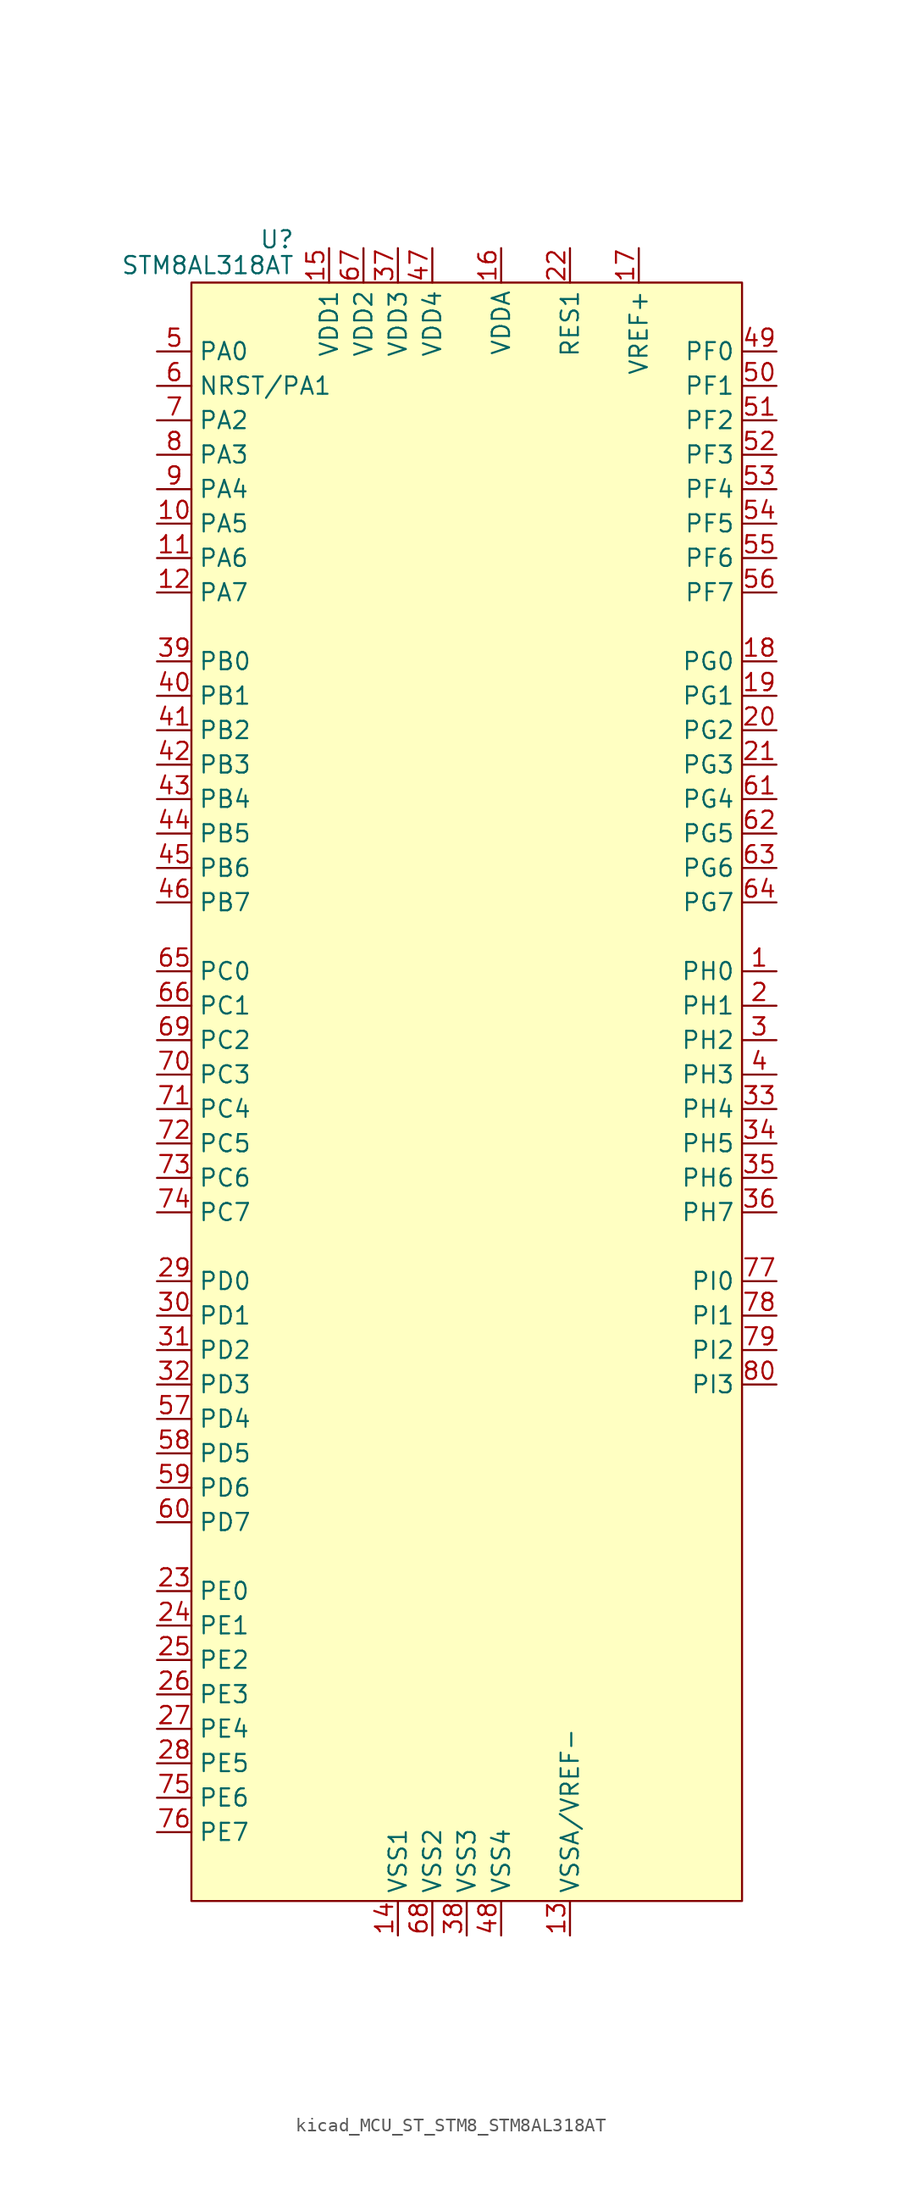
<source format=kicad_sym>
(kicad_symbol_lib
  (version 20220914)
  (generator kicad_symbol_editor)
  (symbol "kicad_MCU_ST_STM8_STM8AL318AT"
    (property "Reference" "U"
      (at -12.7 61.595 0)
      (effects (font (size 1.27 1.27)) (justify right)))
    (property "Value" "STM8AL318AT"
      (at -12.7 59.69 0)
      (effects (font (size 1.27 1.27)) (justify right)))
    (symbol "kicad_MCU_ST_STM8_STM8AL318AT_0_0"
      (pin bidirectional line (at 22.86 7.62 180) (length 2.54) (name "PH0" (effects (font (size 1.27 1.27)))) (number "1" (effects (font (size 1.27 1.27)))))
      (pin bidirectional line (at -22.86 40.64 0) (length 2.54) (name "PA5" (effects (font (size 1.27 1.27)))) (number "10" (effects (font (size 1.27 1.27)))))
      (pin bidirectional line (at -22.86 38.1 0) (length 2.54) (name "PA6" (effects (font (size 1.27 1.27)))) (number "11" (effects (font (size 1.27 1.27)))))
      (pin bidirectional line (at -22.86 35.56 0) (length 2.54) (name "PA7" (effects (font (size 1.27 1.27)))) (number "12" (effects (font (size 1.27 1.27)))))
      (pin power_in line (at 7.62 -63.5 90) (length 2.54) (name "VSSA/VREF-" (effects (font (size 1.27 1.27)))) (number "13" (effects (font (size 1.27 1.27)))))
      (pin power_in line (at -5.08 -63.5 90) (length 2.54) (name "VSS1" (effects (font (size 1.27 1.27)))) (number "14" (effects (font (size 1.27 1.27)))))
      (pin power_in line (at -10.16 60.96 270) (length 2.54) (name "VDD1" (effects (font (size 1.27 1.27)))) (number "15" (effects (font (size 1.27 1.27)))))
      (pin power_in line (at 2.54 60.96 270) (length 2.54) (name "VDDA" (effects (font (size 1.27 1.27)))) (number "16" (effects (font (size 1.27 1.27)))))
      (pin power_in line (at 12.7 60.96 270) (length 2.54) (name "VREF+" (effects (font (size 1.27 1.27)))) (number "17" (effects (font (size 1.27 1.27)))))
      (pin bidirectional line (at 22.86 30.48 180) (length 2.54) (name "PG0" (effects (font (size 1.27 1.27)))) (number "18" (effects (font (size 1.27 1.27)))))
      (pin bidirectional line (at 22.86 27.94 180) (length 2.54) (name "PG1" (effects (font (size 1.27 1.27)))) (number "19" (effects (font (size 1.27 1.27)))))
      (pin bidirectional line (at 22.86 5.08 180) (length 2.54) (name "PH1" (effects (font (size 1.27 1.27)))) (number "2" (effects (font (size 1.27 1.27)))))
      (pin bidirectional line (at 22.86 25.4 180) (length 2.54) (name "PG2" (effects (font (size 1.27 1.27)))) (number "20" (effects (font (size 1.27 1.27)))))
      (pin bidirectional line (at 22.86 22.86 180) (length 2.54) (name "PG3" (effects (font (size 1.27 1.27)))) (number "21" (effects (font (size 1.27 1.27)))))
      (pin power_in line (at 7.62 60.96 270) (length 2.54) (name "RES1" (effects (font (size 1.27 1.27)))) (number "22" (effects (font (size 1.27 1.27)))))
      (pin bidirectional line (at -22.86 -38.1 0) (length 2.54) (name "PE0" (effects (font (size 1.27 1.27)))) (number "23" (effects (font (size 1.27 1.27)))))
      (pin bidirectional line (at -22.86 -40.64 0) (length 2.54) (name "PE1" (effects (font (size 1.27 1.27)))) (number "24" (effects (font (size 1.27 1.27)))))
      (pin bidirectional line (at -22.86 -43.18 0) (length 2.54) (name "PE2" (effects (font (size 1.27 1.27)))) (number "25" (effects (font (size 1.27 1.27)))))
      (pin bidirectional line (at -22.86 -45.72 0) (length 2.54) (name "PE3" (effects (font (size 1.27 1.27)))) (number "26" (effects (font (size 1.27 1.27)))))
      (pin bidirectional line (at -22.86 -48.26 0) (length 2.54) (name "PE4" (effects (font (size 1.27 1.27)))) (number "27" (effects (font (size 1.27 1.27)))))
      (pin bidirectional line (at -22.86 -50.8 0) (length 2.54) (name "PE5" (effects (font (size 1.27 1.27)))) (number "28" (effects (font (size 1.27 1.27)))))
      (pin bidirectional line (at -22.86 -15.24 0) (length 2.54) (name "PD0" (effects (font (size 1.27 1.27)))) (number "29" (effects (font (size 1.27 1.27)))))
      (pin bidirectional line (at 22.86 2.54 180) (length 2.54) (name "PH2" (effects (font (size 1.27 1.27)))) (number "3" (effects (font (size 1.27 1.27)))))
      (pin bidirectional line (at -22.86 -17.78 0) (length 2.54) (name "PD1" (effects (font (size 1.27 1.27)))) (number "30" (effects (font (size 1.27 1.27)))))
      (pin bidirectional line (at -22.86 -20.32 0) (length 2.54) (name "PD2" (effects (font (size 1.27 1.27)))) (number "31" (effects (font (size 1.27 1.27)))))
      (pin bidirectional line (at -22.86 -22.86 0) (length 2.54) (name "PD3" (effects (font (size 1.27 1.27)))) (number "32" (effects (font (size 1.27 1.27)))))
      (pin bidirectional line (at 22.86 -2.54 180) (length 2.54) (name "PH4" (effects (font (size 1.27 1.27)))) (number "33" (effects (font (size 1.27 1.27)))))
      (pin bidirectional line (at 22.86 -5.08 180) (length 2.54) (name "PH5" (effects (font (size 1.27 1.27)))) (number "34" (effects (font (size 1.27 1.27)))))
      (pin bidirectional line (at 22.86 -7.62 180) (length 2.54) (name "PH6" (effects (font (size 1.27 1.27)))) (number "35" (effects (font (size 1.27 1.27)))))
      (pin bidirectional line (at 22.86 -10.16 180) (length 2.54) (name "PH7" (effects (font (size 1.27 1.27)))) (number "36" (effects (font (size 1.27 1.27)))))
      (pin power_in line (at -5.08 60.96 270) (length 2.54) (name "VDD3" (effects (font (size 1.27 1.27)))) (number "37" (effects (font (size 1.27 1.27)))))
      (pin power_in line (at 0 -63.5 90) (length 2.54) (name "VSS3" (effects (font (size 1.27 1.27)))) (number "38" (effects (font (size 1.27 1.27)))))
      (pin bidirectional line (at -22.86 30.48 0) (length 2.54) (name "PB0" (effects (font (size 1.27 1.27)))) (number "39" (effects (font (size 1.27 1.27)))))
      (pin bidirectional line (at 22.86 0 180) (length 2.54) (name "PH3" (effects (font (size 1.27 1.27)))) (number "4" (effects (font (size 1.27 1.27)))))
      (pin bidirectional line (at -22.86 27.94 0) (length 2.54) (name "PB1" (effects (font (size 1.27 1.27)))) (number "40" (effects (font (size 1.27 1.27)))))
      (pin bidirectional line (at -22.86 25.4 0) (length 2.54) (name "PB2" (effects (font (size 1.27 1.27)))) (number "41" (effects (font (size 1.27 1.27)))))
      (pin bidirectional line (at -22.86 22.86 0) (length 2.54) (name "PB3" (effects (font (size 1.27 1.27)))) (number "42" (effects (font (size 1.27 1.27)))))
      (pin bidirectional line (at -22.86 20.32 0) (length 2.54) (name "PB4" (effects (font (size 1.27 1.27)))) (number "43" (effects (font (size 1.27 1.27)))))
      (pin bidirectional line (at -22.86 17.78 0) (length 2.54) (name "PB5" (effects (font (size 1.27 1.27)))) (number "44" (effects (font (size 1.27 1.27)))))
      (pin bidirectional line (at -22.86 15.24 0) (length 2.54) (name "PB6" (effects (font (size 1.27 1.27)))) (number "45" (effects (font (size 1.27 1.27)))))
      (pin bidirectional line (at -22.86 12.7 0) (length 2.54) (name "PB7" (effects (font (size 1.27 1.27)))) (number "46" (effects (font (size 1.27 1.27)))))
      (pin power_in line (at -2.54 60.96 270) (length 2.54) (name "VDD4" (effects (font (size 1.27 1.27)))) (number "47" (effects (font (size 1.27 1.27)))))
      (pin power_in line (at 2.54 -63.5 90) (length 2.54) (name "VSS4" (effects (font (size 1.27 1.27)))) (number "48" (effects (font (size 1.27 1.27)))))
      (pin bidirectional line (at 22.86 53.34 180) (length 2.54) (name "PF0" (effects (font (size 1.27 1.27)))) (number "49" (effects (font (size 1.27 1.27)))))
      (pin bidirectional line (at -22.86 53.34 0) (length 2.54) (name "PA0" (effects (font (size 1.27 1.27)))) (number "5" (effects (font (size 1.27 1.27)))))
      (pin bidirectional line (at 22.86 50.8 180) (length 2.54) (name "PF1" (effects (font (size 1.27 1.27)))) (number "50" (effects (font (size 1.27 1.27)))))
      (pin bidirectional line (at 22.86 48.26 180) (length 2.54) (name "PF2" (effects (font (size 1.27 1.27)))) (number "51" (effects (font (size 1.27 1.27)))))
      (pin bidirectional line (at 22.86 45.72 180) (length 2.54) (name "PF3" (effects (font (size 1.27 1.27)))) (number "52" (effects (font (size 1.27 1.27)))))
      (pin bidirectional line (at 22.86 43.18 180) (length 2.54) (name "PF4" (effects (font (size 1.27 1.27)))) (number "53" (effects (font (size 1.27 1.27)))))
      (pin bidirectional line (at 22.86 40.64 180) (length 2.54) (name "PF5" (effects (font (size 1.27 1.27)))) (number "54" (effects (font (size 1.27 1.27)))))
      (pin bidirectional line (at 22.86 38.1 180) (length 2.54) (name "PF6" (effects (font (size 1.27 1.27)))) (number "55" (effects (font (size 1.27 1.27)))))
      (pin bidirectional line (at 22.86 35.56 180) (length 2.54) (name "PF7" (effects (font (size 1.27 1.27)))) (number "56" (effects (font (size 1.27 1.27)))))
      (pin bidirectional line (at -22.86 -25.4 0) (length 2.54) (name "PD4" (effects (font (size 1.27 1.27)))) (number "57" (effects (font (size 1.27 1.27)))))
      (pin bidirectional line (at -22.86 -27.94 0) (length 2.54) (name "PD5" (effects (font (size 1.27 1.27)))) (number "58" (effects (font (size 1.27 1.27)))))
      (pin bidirectional line (at -22.86 -30.48 0) (length 2.54) (name "PD6" (effects (font (size 1.27 1.27)))) (number "59" (effects (font (size 1.27 1.27)))))
      (pin bidirectional line (at -22.86 50.8 0) (length 2.54) (name "NRST/PA1" (effects (font (size 1.27 1.27)))) (number "6" (effects (font (size 1.27 1.27)))))
      (pin bidirectional line (at -22.86 -33.02 0) (length 2.54) (name "PD7" (effects (font (size 1.27 1.27)))) (number "60" (effects (font (size 1.27 1.27)))))
      (pin bidirectional line (at 22.86 20.32 180) (length 2.54) (name "PG4" (effects (font (size 1.27 1.27)))) (number "61" (effects (font (size 1.27 1.27)))))
      (pin bidirectional line (at 22.86 17.78 180) (length 2.54) (name "PG5" (effects (font (size 1.27 1.27)))) (number "62" (effects (font (size 1.27 1.27)))))
      (pin bidirectional line (at 22.86 15.24 180) (length 2.54) (name "PG6" (effects (font (size 1.27 1.27)))) (number "63" (effects (font (size 1.27 1.27)))))
      (pin bidirectional line (at 22.86 12.7 180) (length 2.54) (name "PG7" (effects (font (size 1.27 1.27)))) (number "64" (effects (font (size 1.27 1.27)))))
      (pin bidirectional line (at -22.86 7.62 0) (length 2.54) (name "PC0" (effects (font (size 1.27 1.27)))) (number "65" (effects (font (size 1.27 1.27)))))
      (pin bidirectional line (at -22.86 5.08 0) (length 2.54) (name "PC1" (effects (font (size 1.27 1.27)))) (number "66" (effects (font (size 1.27 1.27)))))
      (pin power_in line (at -7.62 60.96 270) (length 2.54) (name "VDD2" (effects (font (size 1.27 1.27)))) (number "67" (effects (font (size 1.27 1.27)))))
      (pin power_in line (at -2.54 -63.5 90) (length 2.54) (name "VSS2" (effects (font (size 1.27 1.27)))) (number "68" (effects (font (size 1.27 1.27)))))
      (pin bidirectional line (at -22.86 2.54 0) (length 2.54) (name "PC2" (effects (font (size 1.27 1.27)))) (number "69" (effects (font (size 1.27 1.27)))))
      (pin bidirectional line (at -22.86 48.26 0) (length 2.54) (name "PA2" (effects (font (size 1.27 1.27)))) (number "7" (effects (font (size 1.27 1.27)))))
      (pin bidirectional line (at -22.86 0 0) (length 2.54) (name "PC3" (effects (font (size 1.27 1.27)))) (number "70" (effects (font (size 1.27 1.27)))))
      (pin bidirectional line (at -22.86 -2.54 0) (length 2.54) (name "PC4" (effects (font (size 1.27 1.27)))) (number "71" (effects (font (size 1.27 1.27)))))
      (pin bidirectional line (at -22.86 -5.08 0) (length 2.54) (name "PC5" (effects (font (size 1.27 1.27)))) (number "72" (effects (font (size 1.27 1.27)))))
      (pin bidirectional line (at -22.86 -7.62 0) (length 2.54) (name "PC6" (effects (font (size 1.27 1.27)))) (number "73" (effects (font (size 1.27 1.27)))))
      (pin bidirectional line (at -22.86 -10.16 0) (length 2.54) (name "PC7" (effects (font (size 1.27 1.27)))) (number "74" (effects (font (size 1.27 1.27)))))
      (pin bidirectional line (at -22.86 -53.34 0) (length 2.54) (name "PE6" (effects (font (size 1.27 1.27)))) (number "75" (effects (font (size 1.27 1.27)))))
      (pin bidirectional line (at -22.86 -55.88 0) (length 2.54) (name "PE7" (effects (font (size 1.27 1.27)))) (number "76" (effects (font (size 1.27 1.27)))))
      (pin bidirectional line (at 22.86 -15.24 180) (length 2.54) (name "PI0" (effects (font (size 1.27 1.27)))) (number "77" (effects (font (size 1.27 1.27)))))
      (pin bidirectional line (at 22.86 -17.78 180) (length 2.54) (name "PI1" (effects (font (size 1.27 1.27)))) (number "78" (effects (font (size 1.27 1.27)))))
      (pin bidirectional line (at 22.86 -20.32 180) (length 2.54) (name "PI2" (effects (font (size 1.27 1.27)))) (number "79" (effects (font (size 1.27 1.27)))))
      (pin bidirectional line (at -22.86 45.72 0) (length 2.54) (name "PA3" (effects (font (size 1.27 1.27)))) (number "8" (effects (font (size 1.27 1.27)))))
      (pin bidirectional line (at 22.86 -22.86 180) (length 2.54) (name "PI3" (effects (font (size 1.27 1.27)))) (number "80" (effects (font (size 1.27 1.27)))))
      (pin bidirectional line (at -22.86 43.18 0) (length 2.54) (name "PA4" (effects (font (size 1.27 1.27)))) (number "9" (effects (font (size 1.27 1.27))))))
    (symbol "kicad_MCU_ST_STM8_STM8AL318AT_0_1"
      (rectangle (start -20.32 58.42) (end 20.32 -60.96) (stroke (width 0) (type default)) (fill (type background))))))
</source>
